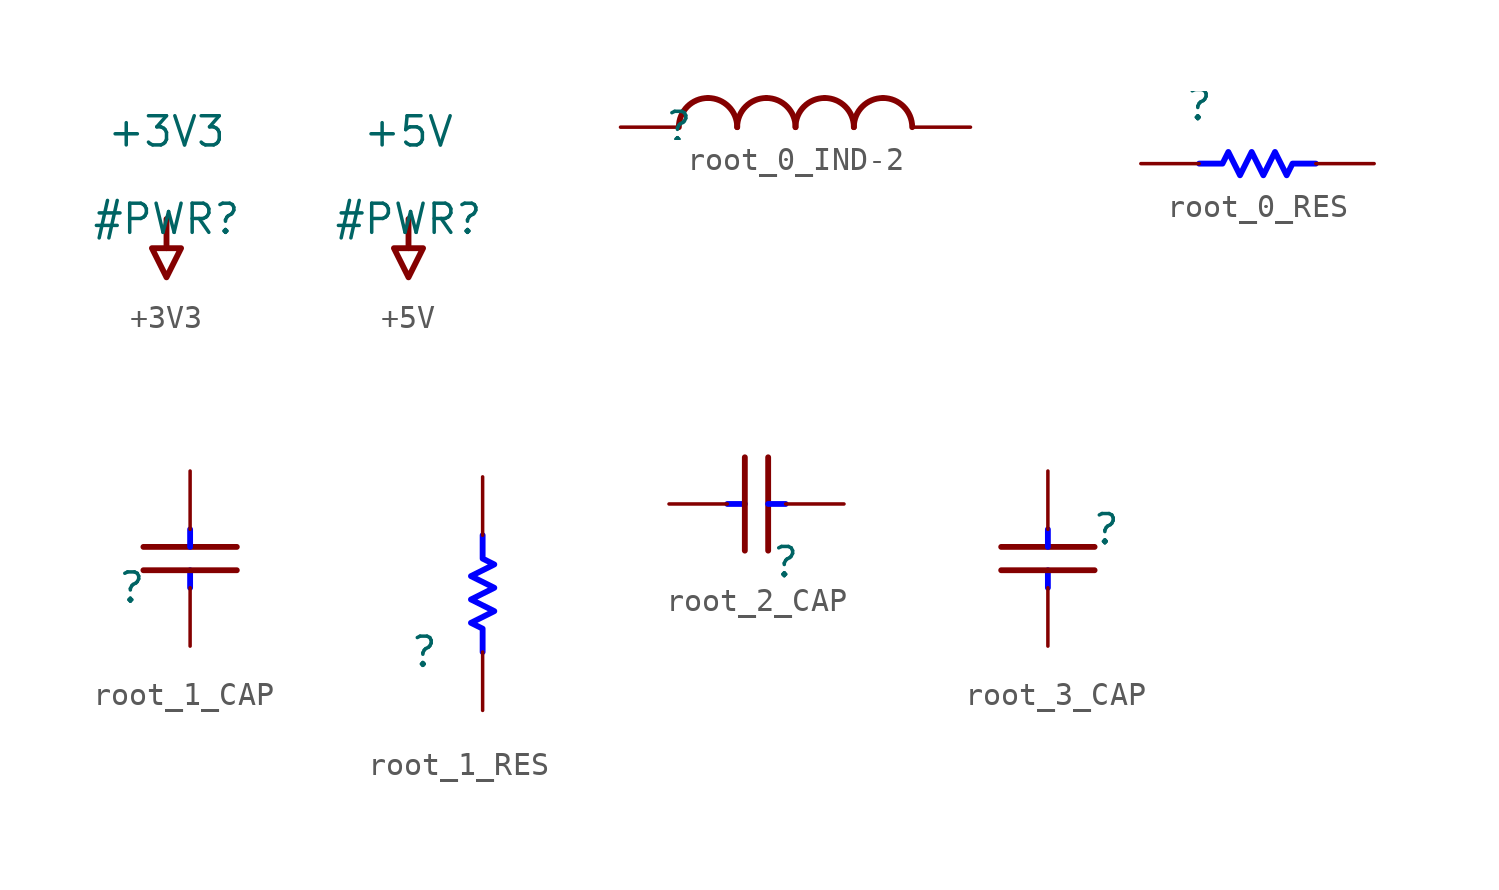
<source format=kicad_sym>
(kicad_symbol_lib
  (version 20220914)
  (generator kicad_symbol_editor)
  (symbol "+3V3"
    (power)
    (property "Reference" "#PWR"
      (at 0 0 0)
      (effects (font (size 1.27 1.27))))
    (property "Value" "+3V3"
      (at 0 3.81 0)
      (effects (font (size 1.27 1.27))))
    (symbol "+3V3_0_0"
      (polyline (pts (xy 0 0) (xy 0 -1.27)) (stroke (width 0.254) (type solid)) (fill (type none)))
      (polyline (pts (xy -0.635 -1.27) (xy 0.635 -1.27) (xy 0 -2.54) (xy -0.635 -1.27)) (stroke (width 0.254) (type solid)) (fill (type none)))
      (pin power_in line (at 0 0 0) (length 0) hide (name "+3V3" (effects (font (size 1.27 1.27)))) (number "" (effects (font (size 1.27 1.27)))))))
  (symbol "+5V"
    (power)
    (property "Reference" "#PWR"
      (at 0 0 0)
      (effects (font (size 1.27 1.27))))
    (property "Value" "+5V"
      (at 0 3.81 0)
      (effects (font (size 1.27 1.27))))
    (symbol "+5V_0_0"
      (polyline (pts (xy 0 0) (xy 0 -1.27)) (stroke (width 0.254) (type solid)) (fill (type none)))
      (polyline (pts (xy -0.635 -1.27) (xy 0.635 -1.27) (xy 0 -2.54) (xy -0.635 -1.27)) (stroke (width 0.254) (type solid)) (fill (type none)))
      (pin power_in line (at 0 0 0) (length 0) hide (name "+5V" (effects (font (size 1.27 1.27)))) (number "" (effects (font (size 1.27 1.27)))))))
  (symbol "root_0_IND-2"
    (property "Reference" ""
      (at 0 0 0)
      (effects (font (size 1.27 1.27))))
    (property "Value" ""
      (at 0 0 0)
      (effects (font (size 1.27 1.27))))
    (symbol "root_0_IND-2_1_0"
      (arc (start 1.27 1.27) (mid 0.372 0.898) (end 0 0) (stroke (width 0.254) (type solid)) (fill (type none)))
      (arc (start 2.54 0) (mid 2.168 0.898) (end 1.27 1.27) (stroke (width 0.254) (type solid)) (fill (type none)))
      (arc (start 3.81 1.27) (mid 2.912 0.898) (end 2.54 0) (stroke (width 0.254) (type solid)) (fill (type none)))
      (arc (start 5.08 0) (mid 4.708 0.898) (end 3.81 1.27) (stroke (width 0.254) (type solid)) (fill (type none)))
      (arc (start 6.35 1.27) (mid 5.452 0.898) (end 5.08 0) (stroke (width 0.254) (type solid)) (fill (type none)))
      (arc (start 7.62 0) (mid 7.248 0.898) (end 6.35 1.27) (stroke (width 0.254) (type solid)) (fill (type none)))
      (arc (start 8.89 1.27) (mid 7.992 0.898) (end 7.62 0) (stroke (width 0.254) (type solid)) (fill (type none)))
      (arc (start 10.16 0) (mid 9.788 0.898) (end 8.89 1.27) (stroke (width 0.254) (type solid)) (fill (type none)))
      (pin passive line (at -2.54 0 0) (length 2.54) (name "1" (effects (font (size 0 0)))) (number "1" (effects (font (size 0 0)))))
      (pin passive line (at 12.7 0 180) (length 2.54) (name "2" (effects (font (size 0 0)))) (number "2" (effects (font (size 0 0)))))))
  (symbol "root_0_RES"
    (property "Reference" ""
      (at 0 0 0)
      (effects (font (size 1.27 1.27))))
    (property "Value" ""
      (at 0 0 0)
      (effects (font (size 1.27 1.27))))
    (symbol "root_0_RES_1_0"
      (polyline (pts (xy 5.08 -2.54) (xy 4.064 -2.54) (xy 3.81 -3.048) (xy 3.302 -2.032) (xy 2.794 -3.048) (xy 2.286 -2.032) (xy 1.778 -3.048) (xy 1.27 -2.032) (xy 1.016 -2.54) (xy 0 -2.54)) (stroke (width 0.254) (type solid) (color 0 0 255 1)) (fill (type none)))
      (pin passive line (at -2.54 -2.54 0) (length 2.54) (name "1" (effects (font (size 0 0)))) (number "1" (effects (font (size 0 0)))))
      (pin passive line (at 7.62 -2.54 180) (length 2.54) (name "2" (effects (font (size 0 0)))) (number "2" (effects (font (size 0 0)))))))
  (symbol "root_1_CAP"
    (property "Reference" ""
      (at 0 0 0)
      (effects (font (size 1.27 1.27))))
    (property "Value" ""
      (at 0 0 0)
      (effects (font (size 1.27 1.27))))
    (symbol "root_1_CAP_1_0"
      (polyline (pts (xy 0.508 1.778) (xy 4.572 1.778)) (stroke (width 0.254) (type solid)) (fill (type none)))
      (polyline (pts (xy 2.54 0) (xy 2.54 0.762)) (stroke (width 0.254) (type solid) (color 0 0 255 1)) (fill (type none)))
      (polyline (pts (xy 2.54 2.54) (xy 2.54 1.778)) (stroke (width 0.254) (type solid) (color 0 0 255 1)) (fill (type none)))
      (polyline (pts (xy 4.572 0.762) (xy 0.508 0.762)) (stroke (width 0.254) (type solid)) (fill (type none)))
      (pin passive line (at 2.54 -2.54 90) (length 2.54) (name "1" (effects (font (size 0 0)))) (number "1" (effects (font (size 0 0)))))
      (pin passive line (at 2.54 5.08 270) (length 2.54) (name "2" (effects (font (size 0 0)))) (number "2" (effects (font (size 0 0)))))))
  (symbol "root_1_RES"
    (property "Reference" ""
      (at 0 0 0)
      (effects (font (size 1.27 1.27))))
    (property "Value" ""
      (at 0 0 0)
      (effects (font (size 1.27 1.27))))
    (symbol "root_1_RES_1_0"
      (polyline (pts (xy 2.54 5.08) (xy 2.54 4.064) (xy 3.048 3.81) (xy 2.032 3.302) (xy 3.048 2.794) (xy 2.032 2.286) (xy 3.048 1.778) (xy 2.032 1.27) (xy 2.54 1.016) (xy 2.54 0)) (stroke (width 0.254) (type solid) (color 0 0 255 1)) (fill (type none)))
      (pin passive line (at 2.54 -2.54 90) (length 2.54) (name "1" (effects (font (size 0 0)))) (number "1" (effects (font (size 0 0)))))
      (pin passive line (at 2.54 7.62 270) (length 2.54) (name "2" (effects (font (size 0 0)))) (number "2" (effects (font (size 0 0)))))))
  (symbol "root_2_CAP"
    (property "Reference" ""
      (at 0 0 0)
      (effects (font (size 1.27 1.27))))
    (property "Value" ""
      (at 0 0 0)
      (effects (font (size 1.27 1.27))))
    (symbol "root_2_CAP_1_0"
      (polyline (pts (xy -2.54 2.54) (xy -1.778 2.54)) (stroke (width 0.254) (type solid) (color 0 0 255 1)) (fill (type none)))
      (polyline (pts (xy -1.778 0.508) (xy -1.778 4.572)) (stroke (width 0.254) (type solid)) (fill (type none)))
      (polyline (pts (xy -0.762 4.572) (xy -0.762 0.508)) (stroke (width 0.254) (type solid)) (fill (type none)))
      (polyline (pts (xy 0 2.54) (xy -0.762 2.54)) (stroke (width 0.254) (type solid) (color 0 0 255 1)) (fill (type none)))
      (pin passive line (at 2.54 2.54 180) (length 2.54) (name "1" (effects (font (size 0 0)))) (number "1" (effects (font (size 0 0)))))
      (pin passive line (at -5.08 2.54 0) (length 2.54) (name "2" (effects (font (size 0 0)))) (number "2" (effects (font (size 0 0)))))))
  (symbol "root_3_CAP"
    (property "Reference" ""
      (at 0 0 0)
      (effects (font (size 1.27 1.27))))
    (property "Value" ""
      (at 0 0 0)
      (effects (font (size 1.27 1.27))))
    (symbol "root_3_CAP_1_0"
      (polyline (pts (xy -4.572 -0.762) (xy -0.508 -0.762)) (stroke (width 0.254) (type solid)) (fill (type none)))
      (polyline (pts (xy -2.54 -2.54) (xy -2.54 -1.778)) (stroke (width 0.254) (type solid) (color 0 0 255 1)) (fill (type none)))
      (polyline (pts (xy -2.54 0) (xy -2.54 -0.762)) (stroke (width 0.254) (type solid) (color 0 0 255 1)) (fill (type none)))
      (polyline (pts (xy -0.508 -1.778) (xy -4.572 -1.778)) (stroke (width 0.254) (type solid)) (fill (type none)))
      (pin passive line (at -2.54 2.54 270) (length 2.54) (name "1" (effects (font (size 0 0)))) (number "1" (effects (font (size 0 0)))))
      (pin passive line (at -2.54 -5.08 90) (length 2.54) (name "2" (effects (font (size 0 0)))) (number "2" (effects (font (size 0 0))))))))
</source>
